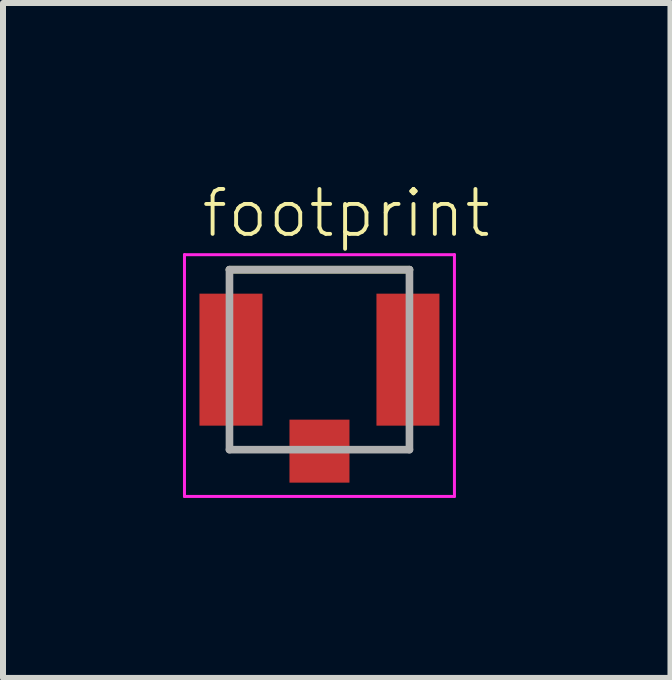
<source format=kicad_pcb>
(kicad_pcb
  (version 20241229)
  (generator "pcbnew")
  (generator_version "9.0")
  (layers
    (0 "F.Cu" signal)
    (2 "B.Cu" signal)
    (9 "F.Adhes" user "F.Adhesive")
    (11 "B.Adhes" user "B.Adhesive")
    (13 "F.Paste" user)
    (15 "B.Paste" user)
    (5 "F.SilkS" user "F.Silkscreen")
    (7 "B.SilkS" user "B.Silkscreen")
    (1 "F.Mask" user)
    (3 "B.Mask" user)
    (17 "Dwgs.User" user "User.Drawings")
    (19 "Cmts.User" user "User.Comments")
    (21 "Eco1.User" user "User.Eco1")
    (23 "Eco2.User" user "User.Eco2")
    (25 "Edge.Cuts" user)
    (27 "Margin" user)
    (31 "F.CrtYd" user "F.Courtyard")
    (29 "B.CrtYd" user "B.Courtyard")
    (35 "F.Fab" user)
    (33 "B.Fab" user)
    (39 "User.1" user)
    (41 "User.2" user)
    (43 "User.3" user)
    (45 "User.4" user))
  (footprint "footprint"
    (layer "F.Cu")
    (at 2.275 2.945)
    (property "Reference" "footprint" (at -2.002 -2.002 0) (layer "F.SilkS") (effects (font (size 0.748 0.748) (thickness 0.065)) (justify left bottom)))
    (fp_line (start -1.5 -1.5) (end 1.5 -1.5) (stroke (width 0.127) (type solid)) (layer "F.SilkS"))
    (fp_line (start -2.25 -1.75) (end 2.25 -1.75) (stroke (width 0.05) (type solid)) (layer "F.CrtYd"))
    (fp_line (start -2.25 2.28) (end -2.25 -1.75) (stroke (width 0.05) (type solid)) (layer "F.CrtYd"))
    (fp_line (start 2.25 -1.75) (end 2.25 2.28) (stroke (width 0.05) (type solid)) (layer "F.CrtYd"))
    (fp_line (start 2.25 2.28) (end -2.25 2.28) (stroke (width 0.05) (type solid)) (layer "F.CrtYd"))
    (fp_line (start -1.5 -1.5) (end 1.5 -1.5) (stroke (width 0.127) (type solid)) (layer "F.Fab"))
    (fp_line (start -1.5 1.5) (end -1.5 -1.5) (stroke (width 0.127) (type solid)) (layer "F.Fab"))
    (fp_line (start 1.5 -1.5) (end 1.5 1.5) (stroke (width 0.127) (type solid)) (layer "F.Fab"))
    (fp_line (start 1.5 1.5) (end -1.5 1.5) (stroke (width 0.127) (type solid)) (layer "F.Fab"))
    (pad "1" smd rect (at 0 1.525) (size 1 1.05) (layers "F.Cu" "F.Mask" "F.Paste"))
    (pad "2" smd rect (at -1.475 0) (size 1.05 2.2) (layers "F.Cu" "F.Mask" "F.Paste"))
    (pad "3" smd rect (at 1.475 0) (size 1.05 2.2) (layers "F.Cu" "F.Mask" "F.Paste")))
  (gr_rect
    (start -3 -3)
    (end 8.126 8.25)
    (stroke (width 0.1) (type default))
    (fill no)
    (layer "Edge.Cuts")))
</source>
